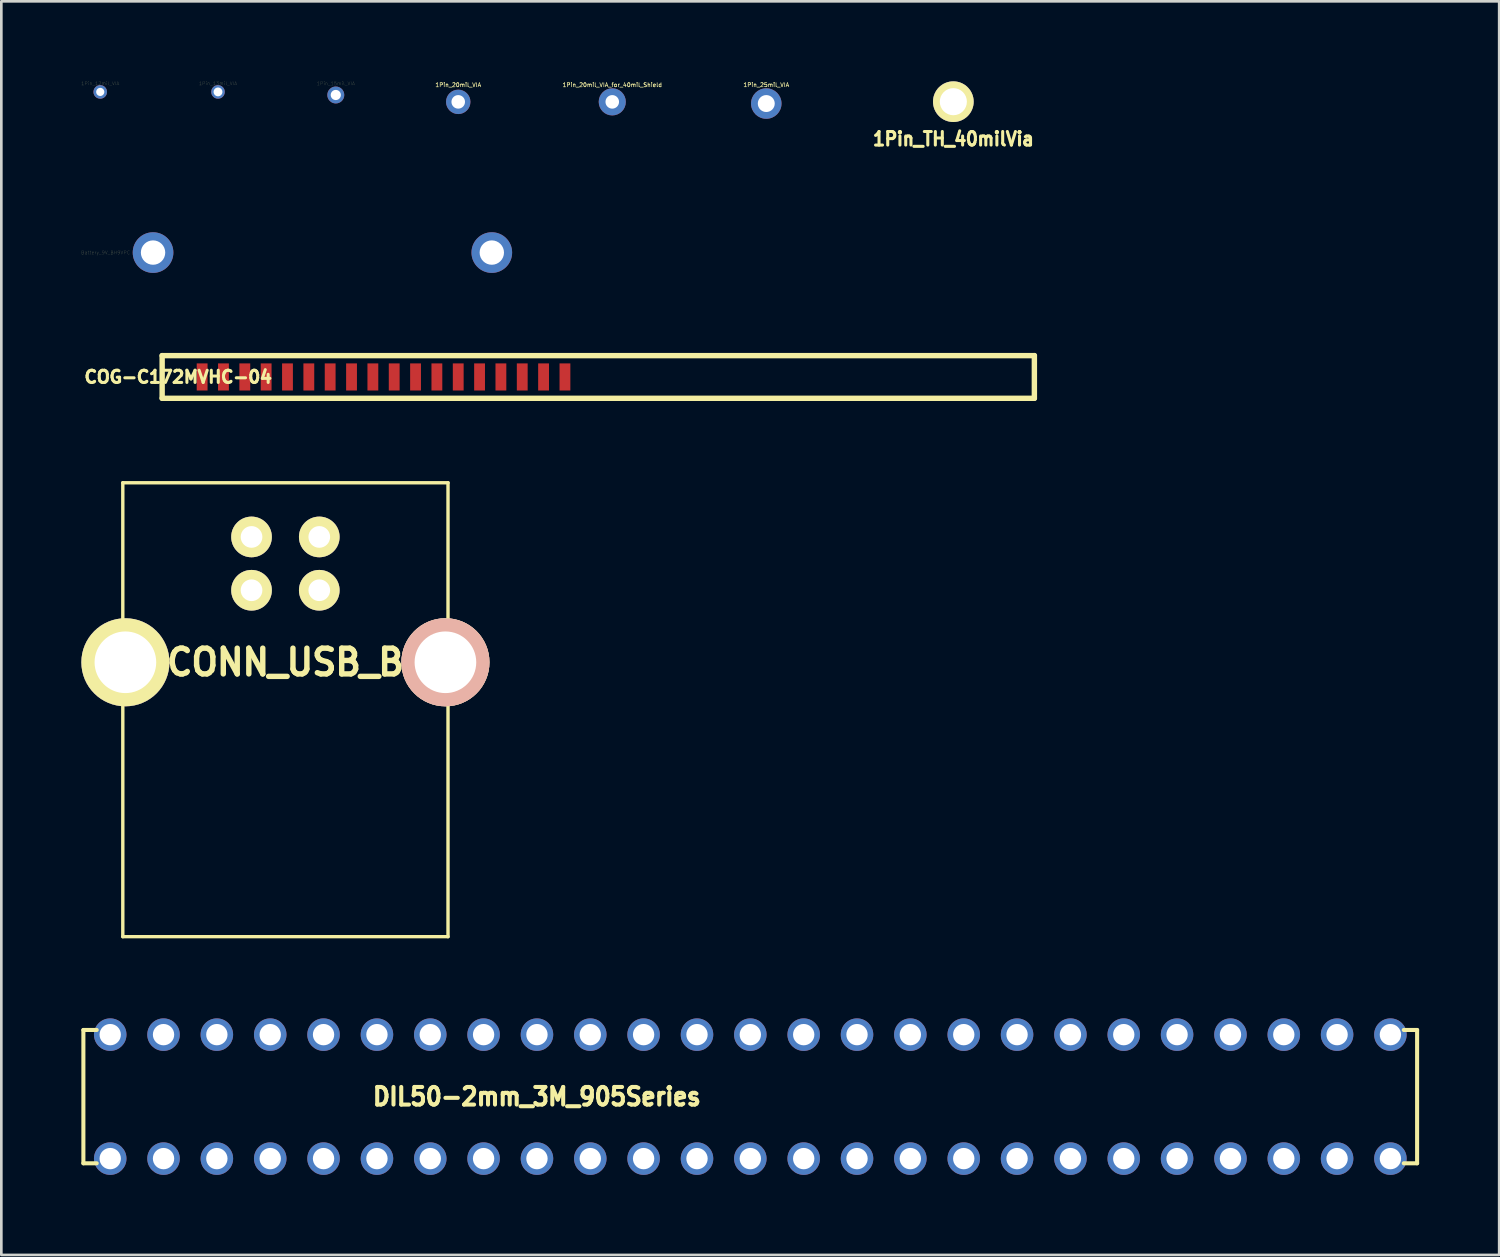
<source format=kicad_pcb>
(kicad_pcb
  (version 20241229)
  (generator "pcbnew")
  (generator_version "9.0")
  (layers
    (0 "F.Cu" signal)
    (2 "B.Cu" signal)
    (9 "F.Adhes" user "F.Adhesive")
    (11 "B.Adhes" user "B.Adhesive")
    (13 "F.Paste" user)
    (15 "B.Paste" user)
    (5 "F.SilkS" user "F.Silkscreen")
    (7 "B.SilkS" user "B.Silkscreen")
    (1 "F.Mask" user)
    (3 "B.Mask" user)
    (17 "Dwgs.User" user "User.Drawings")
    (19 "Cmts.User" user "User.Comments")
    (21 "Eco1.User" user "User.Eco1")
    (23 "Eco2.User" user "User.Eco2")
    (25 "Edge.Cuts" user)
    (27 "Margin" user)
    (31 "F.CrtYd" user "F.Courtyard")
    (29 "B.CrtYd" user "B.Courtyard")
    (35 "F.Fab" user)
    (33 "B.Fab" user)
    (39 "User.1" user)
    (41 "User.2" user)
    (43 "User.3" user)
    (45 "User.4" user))
  (footprint "Battery_9V_BH9VPC"
    (layer "F.Cu")
    (at 9.038 6.419)
    (property "Reference" "Battery_9V_BH9VPC" (at -8.128 0 0) (layer "F.SilkS") (effects (font (size 0.127 0.127) (thickness 0.003))))
    (attr through_hole)
    (pad "1" thru_hole circle (at -6.35 0) (size 1.524 1.524) (drill 0.914) (layers "*.Cu" "*.Mask"))
    (pad "2" thru_hole circle (at 6.35 0) (size 1.524 1.524) (drill 0.914) (layers "*.Cu" "*.Mask")))
  (footprint "1Pin_TH_40milVia"
    (layer "F.Cu")
    (at 32.691 0.762)
    (property "Reference" "1Pin_TH_40milVia" (at 0 1.397 0) (layer "F.SilkS") (effects (font (size 0.508 0.457) (thickness 0.203))))
    (attr through_hole)
    (pad "1" thru_hole circle (at 0 0) (size 1.524 1.524) (drill 1.016) (layers "*.Cu" "*.Mask" "F.SilkS")))
  (footprint "1Pin_13mil_VIA"
    (layer "F.Cu")
    (at 5.123 0.396)
    (property "Reference" "1Pin_13mil_VIA" (at 0 -0.318 0) (layer "F.SilkS") (effects (font (size 0.127 0.127) (thickness 0.003))))
    (attr through_hole)
    (pad "1" thru_hole circle (at 0 0) (size 0.508 0.508) (drill 0.33) (layers "*.Cu")))
  (footprint "1Pin_20mil_VIA_for_40mil_Shield"
    (layer "F.Cu")
    (at 19.904 0.769)
    (property "Reference" "1Pin_20mil_VIA_for_40mil_Shield" (at 0 -0.635 0) (layer "F.SilkS") (effects (font (size 0.152 0.152) (thickness 0.025))))
    (attr through_hole)
    (pad "1" thru_hole circle (at 0 0) (size 1.016 1.016) (drill 0.508) (layers "*.Cu")))
  (footprint "1Pin_25mil_VIA"
    (layer "F.Cu")
    (at 25.678 0.832)
    (property "Reference" "1Pin_25mil_VIA" (at 0 -0.699 0) (layer "F.SilkS") (effects (font (size 0.152 0.152) (thickness 0.025))))
    (attr through_hole)
    (pad "1" thru_hole circle (at 0 0) (size 1.143 1.143) (drill 0.635) (layers "*.Cu")))
  (footprint "1Pin_12mil_VIA"
    (layer "F.Cu")
    (at 0.708 0.396)
    (property "Reference" "1Pin_12mil_VIA" (at 0 -0.318 0) (layer "F.SilkS") (effects (font (size 0.127 0.127) (thickness 0.003))))
    (attr through_hole)
    (pad "1" thru_hole circle (at 0 0) (size 0.508 0.508) (drill 0.305) (layers "*.Cu")))
  (footprint "DIL50-2mm_3M_905Series"
    (layer "F.Cu")
    (at 25.077 38.063)
    (property "Reference" "DIL50-2mm_3M_905Series" (at -8.001 0 0) (layer "F.SilkS") (effects (font (size 0.66 0.61) (thickness 0.152))))
    (attr through_hole)
    (fp_line (start -25.001 -2.499) (end -25.001 2.499) (stroke (width 0.152) (type solid)) (layer "F.SilkS"))
    (fp_line (start -25.001 -2.499) (end -24.501 -2.499) (stroke (width 0.152) (type solid)) (layer "F.SilkS"))
    (fp_line (start -25.001 2.499) (end -24.501 2.499) (stroke (width 0.152) (type solid)) (layer "F.SilkS"))
    (fp_line (start 25.001 -2.499) (end 24.501 -2.499) (stroke (width 0.152) (type solid)) (layer "F.SilkS"))
    (fp_line (start 25.001 -2.499) (end 25.001 2.499) (stroke (width 0.152) (type solid)) (layer "F.SilkS"))
    (fp_line (start 25.001 2.499) (end 24.501 2.499) (stroke (width 0.152) (type solid)) (layer "F.SilkS"))
    (pad "1" thru_hole circle (at -23.995 -2.324) (size 1.219 1.219) (drill 0.8) (layers "*.Cu" "*.Mask"))
    (pad "2" thru_hole circle (at -23.995 2.324) (size 1.219 1.219) (drill 0.8) (layers "*.Cu" "*.Mask"))
    (pad "3" thru_hole circle (at -21.996 -2.324) (size 1.219 1.219) (drill 0.8) (layers "*.Cu" "*.Mask"))
    (pad "4" thru_hole circle (at -21.996 2.324) (size 1.219 1.219) (drill 0.8) (layers "*.Cu" "*.Mask"))
    (pad "5" thru_hole circle (at -19.997 -2.324) (size 1.219 1.219) (drill 0.8) (layers "*.Cu" "*.Mask"))
    (pad "6" thru_hole circle (at -19.997 2.324) (size 1.219 1.219) (drill 0.8) (layers "*.Cu" "*.Mask"))
    (pad "7" thru_hole circle (at -17.996 -2.324) (size 1.219 1.219) (drill 0.8) (layers "*.Cu" "*.Mask"))
    (pad "8" thru_hole circle (at -17.996 2.324) (size 1.219 1.219) (drill 0.8) (layers "*.Cu" "*.Mask"))
    (pad "9" thru_hole circle (at -15.997 -2.324) (size 1.219 1.219) (drill 0.8) (layers "*.Cu" "*.Mask"))
    (pad "10" thru_hole circle (at -15.997 2.324) (size 1.219 1.219) (drill 0.8) (layers "*.Cu" "*.Mask"))
    (pad "11" thru_hole circle (at -13.995 -2.324) (size 1.219 1.219) (drill 0.8) (layers "*.Cu" "*.Mask"))
    (pad "12" thru_hole circle (at -13.995 2.324) (size 1.219 1.219) (drill 0.8) (layers "*.Cu" "*.Mask"))
    (pad "13" thru_hole circle (at -11.996 -2.324) (size 1.219 1.219) (drill 0.8) (layers "*.Cu" "*.Mask"))
    (pad "14" thru_hole circle (at -11.996 2.324) (size 1.219 1.219) (drill 0.8) (layers "*.Cu" "*.Mask"))
    (pad "15" thru_hole circle (at -9.997 -2.324) (size 1.219 1.219) (drill 0.8) (layers "*.Cu" "*.Mask"))
    (pad "16" thru_hole circle (at -9.997 2.324) (size 1.219 1.219) (drill 0.8) (layers "*.Cu" "*.Mask"))
    (pad "17" thru_hole circle (at -7.996 -2.324) (size 1.219 1.219) (drill 0.8) (layers "*.Cu" "*.Mask"))
    (pad "18" thru_hole circle (at -7.996 2.324) (size 1.219 1.219) (drill 0.8) (layers "*.Cu" "*.Mask"))
    (pad "19" thru_hole circle (at -5.997 -2.324) (size 1.219 1.219) (drill 0.8) (layers "*.Cu" "*.Mask"))
    (pad "20" thru_hole circle (at -5.997 2.324) (size 1.219 1.219) (drill 0.8) (layers "*.Cu" "*.Mask"))
    (pad "21" thru_hole circle (at -3.998 -2.324) (size 1.219 1.219) (drill 0.8) (layers "*.Cu" "*.Mask"))
    (pad "22" thru_hole circle (at -3.998 2.324) (size 1.219 1.219) (drill 0.8) (layers "*.Cu" "*.Mask"))
    (pad "23" thru_hole circle (at -1.996 -2.324) (size 1.219 1.219) (drill 0.8) (layers "*.Cu" "*.Mask"))
    (pad "24" thru_hole circle (at -1.996 2.324) (size 1.219 1.219) (drill 0.8) (layers "*.Cu" "*.Mask"))
    (pad "25" thru_hole circle (at 0.003 -2.324) (size 1.219 1.219) (drill 0.8) (layers "*.Cu" "*.Mask"))
    (pad "26" thru_hole circle (at 0.003 2.324) (size 1.219 1.219) (drill 0.8) (layers "*.Cu" "*.Mask"))
    (pad "27" thru_hole circle (at 2.004 -2.324) (size 1.219 1.219) (drill 0.8) (layers "*.Cu" "*.Mask"))
    (pad "28" thru_hole circle (at 2.004 2.324) (size 1.219 1.219) (drill 0.8) (layers "*.Cu" "*.Mask"))
    (pad "29" thru_hole circle (at 4.003 -2.324) (size 1.219 1.219) (drill 0.8) (layers "*.Cu" "*.Mask"))
    (pad "30" thru_hole circle (at 4.003 2.324) (size 1.219 1.219) (drill 0.8) (layers "*.Cu" "*.Mask"))
    (pad "31" thru_hole circle (at 6.002 -2.324) (size 1.219 1.219) (drill 0.8) (layers "*.Cu" "*.Mask"))
    (pad "32" thru_hole circle (at 6.002 2.324) (size 1.219 1.219) (drill 0.8) (layers "*.Cu" "*.Mask"))
    (pad "33" thru_hole circle (at 8.004 -2.324) (size 1.219 1.219) (drill 0.8) (layers "*.Cu" "*.Mask"))
    (pad "34" thru_hole circle (at 8.004 2.324) (size 1.219 1.219) (drill 0.8) (layers "*.Cu" "*.Mask"))
    (pad "35" thru_hole circle (at 10.003 -2.324) (size 1.219 1.219) (drill 0.8) (layers "*.Cu" "*.Mask"))
    (pad "36" thru_hole circle (at 10.003 2.324) (size 1.219 1.219) (drill 0.8) (layers "*.Cu" "*.Mask"))
    (pad "37" thru_hole circle (at 12.004 -2.324) (size 1.219 1.219) (drill 0.8) (layers "*.Cu" "*.Mask"))
    (pad "38" thru_hole circle (at 12.004 2.324) (size 1.219 1.219) (drill 0.8) (layers "*.Cu" "*.Mask"))
    (pad "39" thru_hole circle (at 14.003 -2.324) (size 1.219 1.219) (drill 0.8) (layers "*.Cu" "*.Mask"))
    (pad "40" thru_hole circle (at 14.003 2.324) (size 1.219 1.219) (drill 0.8) (layers "*.Cu" "*.Mask"))
    (pad "41" thru_hole circle (at 16.002 -2.324) (size 1.219 1.219) (drill 0.8) (layers "*.Cu" "*.Mask"))
    (pad "42" thru_hole circle (at 16.002 2.324) (size 1.219 1.219) (drill 0.8) (layers "*.Cu" "*.Mask"))
    (pad "43" thru_hole circle (at 18.004 -2.324) (size 1.219 1.219) (drill 0.8) (layers "*.Cu" "*.Mask"))
    (pad "44" thru_hole circle (at 18.004 2.324) (size 1.219 1.219) (drill 0.8) (layers "*.Cu" "*.Mask"))
    (pad "45" thru_hole circle (at 20.003 -2.324) (size 1.219 1.219) (drill 0.8) (layers "*.Cu" "*.Mask"))
    (pad "46" thru_hole circle (at 20.003 2.324) (size 1.219 1.219) (drill 0.8) (layers "*.Cu" "*.Mask"))
    (pad "47" thru_hole circle (at 22.001 -2.324) (size 1.219 1.219) (drill 0.8) (layers "*.Cu" "*.Mask"))
    (pad "48" thru_hole circle (at 22.001 2.324) (size 1.219 1.219) (drill 0.8) (layers "*.Cu" "*.Mask"))
    (pad "49" thru_hole circle (at 24 -2.324) (size 1.219 1.219) (drill 0.8) (layers "*.Cu" "*.Mask"))
    (pad "50" thru_hole circle (at 24 2.324) (size 1.219 1.219) (drill 0.8) (layers "*.Cu" "*.Mask")))
  (footprint "1Pin_20mil_VIA"
    (layer "F.Cu")
    (at 14.129 0.769)
    (property "Reference" "1Pin_20mil_VIA" (at 0 -0.635 0) (layer "F.SilkS") (effects (font (size 0.152 0.152) (thickness 0.025))))
    (attr through_hole)
    (pad "1" thru_hole circle (at 0 0) (size 0.914 0.914) (drill 0.508) (layers "*.Cu")))
  (footprint "1Pin_15mil_VIA"
    (layer "F.Cu")
    (at 9.539 0.511)
    (property "Reference" "1Pin_15mil_VIA" (at 0 -0.432 0) (layer "F.SilkS") (effects (font (size 0.127 0.127) (thickness 0.003))))
    (attr through_hole)
    (pad "1" thru_hole circle (at 0 0) (size 0.635 0.635) (drill 0.381) (layers "*.Cu")))
  (footprint "COG-C172MVHC-04"
    (layer "F.Cu")
    (at 11.33 11.082)
    (property "Reference" "COG-C172MVHC-04" (at -7.699 0 0) (layer "F.SilkS") (effects (font (size 0.457 0.457) (thickness 0.114))))
    (attr smd)
    (fp_line (start -8.301 -0.8) (end -8.301 0.8) (stroke (width 0.203) (type solid)) (layer "F.SilkS"))
    (fp_line (start -8.301 -0.8) (end 24.399 -0.8) (stroke (width 0.203) (type solid)) (layer "F.SilkS"))
    (fp_line (start 24.399 -0.8) (end 24.399 0.8) (stroke (width 0.203) (type solid)) (layer "F.SilkS"))
    (fp_line (start 24.399 0.8) (end -8.301 0.8) (stroke (width 0.203) (type solid)) (layer "F.SilkS"))
    (pad "1" smd rect (at -6.802 0) (size 0.406 1.016) (layers "F.Cu" "F.Mask" "F.Paste"))
    (pad "2" smd rect (at -6.002 0) (size 0.406 1.016) (layers "F.Cu" "F.Mask" "F.Paste"))
    (pad "3" smd rect (at -5.202 0) (size 0.406 1.016) (layers "F.Cu" "F.Mask" "F.Paste"))
    (pad "4" smd rect (at -4.402 0) (size 0.406 1.016) (layers "F.Cu" "F.Mask" "F.Paste"))
    (pad "5" smd rect (at -3.602 0) (size 0.406 1.016) (layers "F.Cu" "F.Mask" "F.Paste"))
    (pad "6" smd rect (at -2.802 0) (size 0.406 1.016) (layers "F.Cu" "F.Mask" "F.Paste"))
    (pad "7" smd rect (at -2.002 0) (size 0.406 1.016) (layers "F.Cu" "F.Mask" "F.Paste"))
    (pad "8" smd rect (at -1.201 0) (size 0.406 1.016) (layers "F.Cu" "F.Mask" "F.Paste"))
    (pad "9" smd rect (at -0.401 0) (size 0.406 1.016) (layers "F.Cu" "F.Mask" "F.Paste"))
    (pad "10" smd rect (at 0.399 0) (size 0.406 1.016) (layers "F.Cu" "F.Mask" "F.Paste"))
    (pad "11" smd rect (at 1.199 0) (size 0.406 1.016) (layers "F.Cu" "F.Mask" "F.Paste"))
    (pad "12" smd rect (at 1.999 0) (size 0.406 1.016) (layers "F.Cu" "F.Mask" "F.Paste"))
    (pad "13" smd rect (at 2.799 0) (size 0.406 1.016) (layers "F.Cu" "F.Mask" "F.Paste"))
    (pad "14" smd rect (at 3.599 0) (size 0.406 1.016) (layers "F.Cu" "F.Mask" "F.Paste"))
    (pad "15" smd rect (at 4.399 0) (size 0.406 1.016) (layers "F.Cu" "F.Mask" "F.Paste"))
    (pad "16" smd rect (at 5.199 0) (size 0.406 1.016) (layers "F.Cu" "F.Mask" "F.Paste"))
    (pad "17" smd rect (at 5.999 0) (size 0.406 1.016) (layers "F.Cu" "F.Mask" "F.Paste"))
    (pad "18" smd rect (at 6.8 0) (size 0.406 1.016) (layers "F.Cu" "F.Mask" "F.Paste")))
  (footprint "CONN_USB_B"
    (layer "F.Cu")
    (at 7.65 21.779)
    (property "Reference" "CONN_USB_B" (at 0 0 0) (layer "F.SilkS") (effects (font (size 0.965 0.914) (thickness 0.203))))
    (attr through_hole)
    (fp_line (start -6.096 -6.731) (end -6.096 10.287) (stroke (width 0.127) (type solid)) (layer "F.SilkS"))
    (fp_line (start -6.096 10.287) (end 6.096 10.287) (stroke (width 0.127) (type solid)) (layer "F.SilkS"))
    (fp_line (start 6.096 -6.731) (end -6.096 -6.731) (stroke (width 0.127) (type solid)) (layer "F.SilkS"))
    (fp_line (start 6.096 10.287) (end 6.096 -6.731) (stroke (width 0.127) (type solid)) (layer "F.SilkS"))
    (pad "1" thru_hole circle (at 1.27 -4.699) (size 1.524 1.524) (drill 0.813) (layers "*.Cu" "*.Mask" "F.SilkS"))
    (pad "2" thru_hole circle (at -1.27 -4.699) (size 1.524 1.524) (drill 0.813) (layers "*.Cu" "*.Mask" "F.SilkS"))
    (pad "3" thru_hole circle (at -1.27 -2.7) (size 1.524 1.524) (drill 0.813) (layers "*.Cu" "*.Mask" "F.SilkS"))
    (pad "4" thru_hole circle (at 1.27 -2.7) (size 1.524 1.524) (drill 0.813) (layers "*.Cu" "*.Mask" "F.SilkS"))
    (pad "5" thru_hole circle (at -5.999 0) (size 3.302 3.302) (drill 2.311) (layers "*.Cu" "*.Mask" "F.SilkS"))
    (pad "5" thru_hole circle (at 5.999 0) (size 3.302 3.302) (drill 2.311) (layers "*.Cu" "*.SilkS" "*.Mask")))
  (gr_rect
    (start -3 -3)
    (end 53.155 43.997)
    (stroke (width 0.1) (type default))
    (fill no)
    (layer "Edge.Cuts")))
</source>
